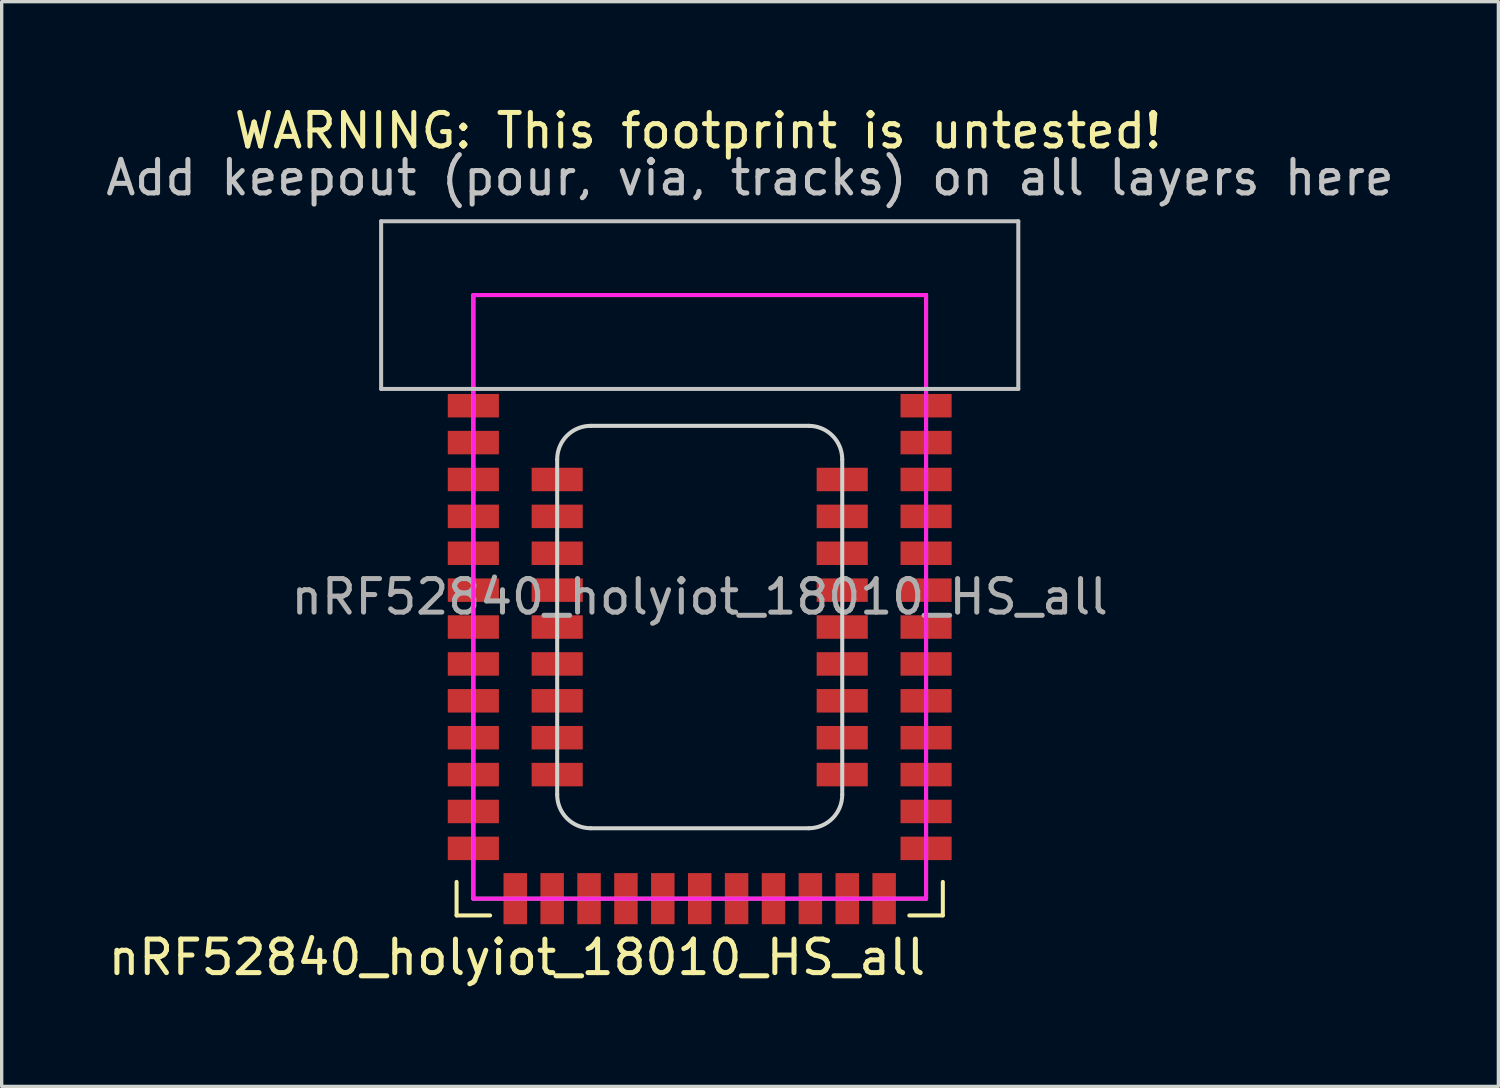
<source format=kicad_pcb>
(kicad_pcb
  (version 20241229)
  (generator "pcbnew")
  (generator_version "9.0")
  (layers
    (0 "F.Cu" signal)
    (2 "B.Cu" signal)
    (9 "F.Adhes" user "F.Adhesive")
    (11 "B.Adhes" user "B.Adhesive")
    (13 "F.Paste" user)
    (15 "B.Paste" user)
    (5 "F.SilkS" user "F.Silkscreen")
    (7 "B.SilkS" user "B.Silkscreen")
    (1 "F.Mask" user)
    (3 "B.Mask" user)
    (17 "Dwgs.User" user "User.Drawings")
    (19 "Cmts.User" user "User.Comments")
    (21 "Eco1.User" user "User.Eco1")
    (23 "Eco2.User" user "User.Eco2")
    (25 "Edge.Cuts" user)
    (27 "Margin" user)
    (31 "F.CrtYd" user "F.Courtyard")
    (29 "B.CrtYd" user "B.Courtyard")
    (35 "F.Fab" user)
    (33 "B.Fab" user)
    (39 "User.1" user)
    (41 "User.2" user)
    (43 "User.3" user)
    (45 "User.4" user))
  (footprint "nRF52840_holyiot_18010_HS_all"
    (layer "F.Cu")
    (at 17.815 14.748)
    (property "Reference" "nRF52840_holyiot_18010_HS_all" (at -5.45 10.75 0) (layer "F.SilkS") (effects (font (size 1 1) (thickness 0.15))))
    (attr smd exclude_from_pos_files exclude_from_bom)
    (fp_line (start -7.25 8.5) (end -7.25 9.5) (stroke (width 0.12) (type solid)) (layer "F.SilkS"))
    (fp_line (start -6.25 9.5) (end -7.25 9.5) (stroke (width 0.12) (type solid)) (layer "F.SilkS"))
    (fp_line (start 6.25 9.5) (end 7.25 9.5) (stroke (width 0.12) (type solid)) (layer "F.SilkS"))
    (fp_line (start 7.25 8.5) (end 7.25 9.5) (stroke (width 0.12) (type solid)) (layer "F.SilkS"))
    (fp_line (start -9.5 -11.2) (end 9.5 -11.2) (stroke (width 0.12) (type solid)) (layer "Dwgs.User"))
    (fp_line (start -9.5 -6.2) (end -9.5 -11.2) (stroke (width 0.12) (type solid)) (layer "Dwgs.User"))
    (fp_line (start 9.5 -11.2) (end 9.5 -6.2) (stroke (width 0.12) (type solid)) (layer "Dwgs.User"))
    (fp_line (start 9.5 -6.2) (end -9.5 -6.2) (stroke (width 0.12) (type solid)) (layer "Dwgs.User"))
    (fp_line (start -4.25 5.9) (end -4.25 -4.1) (stroke (width 0.12) (type solid)) (layer "Edge.Cuts"))
    (fp_line (start -3.25 -5.1) (end 3.25 -5.1) (stroke (width 0.12) (type solid)) (layer "Edge.Cuts"))
    (fp_line (start 3.25 6.9) (end -3.25 6.9) (stroke (width 0.12) (type solid)) (layer "Edge.Cuts"))
    (fp_line (start 4.25 -4.1) (end 4.25 5.9) (stroke (width 0.12) (type solid)) (layer "Edge.Cuts"))
    (fp_arc (start -4.25 -4.1) (mid -3.957107 -4.807107) (end -3.25 -5.1) (stroke (width 0.12) (type solid)) (layer "Edge.Cuts"))
    (fp_arc (start -3.25 6.9) (mid -3.957107 6.607107) (end -4.25 5.9) (stroke (width 0.12) (type solid)) (layer "Edge.Cuts"))
    (fp_arc (start 3.25 -5.1) (mid 3.957107 -4.807107) (end 4.25 -4.1) (stroke (width 0.12) (type solid)) (layer "Edge.Cuts"))
    (fp_arc (start 4.25 5.9) (mid 3.957107 6.607107) (end 3.25 6.9) (stroke (width 0.12) (type solid)) (layer "Edge.Cuts"))
    (fp_line (start -6.75 -9) (end 6.75 -9) (stroke (width 0.12) (type solid)) (layer "F.CrtYd"))
    (fp_line (start -6.75 9) (end -6.75 -9) (stroke (width 0.12) (type solid)) (layer "F.CrtYd"))
    (fp_line (start 6.75 -9) (end 6.75 9) (stroke (width 0.12) (type solid)) (layer "F.CrtYd"))
    (fp_line (start 6.75 9) (end -6.75 9) (stroke (width 0.12) (type solid)) (layer "F.CrtYd"))
    (fp_line (start -6.75 -9) (end 6.75 -9) (stroke (width 0.12) (type solid)) (layer "F.Fab"))
    (fp_line (start -6.75 9) (end -6.75 -9) (stroke (width 0.12) (type solid)) (layer "F.Fab"))
    (fp_line (start 6.75 -9) (end 6.75 9) (stroke (width 0.12) (type solid)) (layer "F.Fab"))
    (fp_line (start 6.75 9) (end -6.75 9) (stroke (width 0.12) (type solid)) (layer "F.Fab"))
    (fp_text user "WARNING: This footprint is untested!" (at -0.05 -13.9 0) (layer "F.SilkS") (effects (font (size 1 1) (thickness 0.15))))
    (fp_text user "Add keepout (pour, via, tracks) on all layers here" (at 1.5 -12.5 0) (layer "Dwgs.User") (effects (font (size 1 1) (thickness 0.15))))
    (fp_text user "${REFERENCE}" (at 0 0 0) (layer "F.Fab") (effects (font (size 1 1) (thickness 0.15))))
    (pad "1" smd rect (at -6.75 -5.7) (size 1.524 0.7) (layers "F.Cu" "F.Mask" "F.Paste"))
    (pad "2" smd rect (at -6.75 -4.6) (size 1.524 0.7) (layers "F.Cu" "F.Mask" "F.Paste"))
    (pad "3" smd rect (at -6.75 -3.5) (size 1.524 0.7) (layers "F.Cu" "F.Mask" "F.Paste"))
    (pad "4" smd rect (at -6.75 -2.4) (size 1.524 0.7) (layers "F.Cu" "F.Mask" "F.Paste"))
    (pad "5" smd rect (at -6.75 -1.3) (size 1.524 0.7) (layers "F.Cu" "F.Mask" "F.Paste"))
    (pad "6" smd rect (at -6.75 -0.2) (size 1.524 0.7) (layers "F.Cu" "F.Mask" "F.Paste"))
    (pad "7" smd rect (at -6.75 0.9) (size 1.524 0.7) (layers "F.Cu" "F.Mask" "F.Paste"))
    (pad "8" smd rect (at -6.75 2) (size 1.524 0.7) (layers "F.Cu" "F.Mask" "F.Paste"))
    (pad "9" smd rect (at -6.75 3.1) (size 1.524 0.7) (layers "F.Cu" "F.Mask" "F.Paste"))
    (pad "10" smd rect (at -6.75 4.2) (size 1.524 0.7) (layers "F.Cu" "F.Mask" "F.Paste"))
    (pad "11" smd rect (at -6.75 5.3) (size 1.524 0.7) (layers "F.Cu" "F.Mask" "F.Paste"))
    (pad "12" smd rect (at -6.75 6.4) (size 1.524 0.7) (layers "F.Cu" "F.Mask" "F.Paste"))
    (pad "13" smd rect (at -6.75 7.5) (size 1.524 0.7) (layers "F.Cu" "F.Mask" "F.Paste"))
    (pad "14" smd rect (at -5.5 9 90) (size 1.524 0.7) (layers "F.Cu" "F.Mask" "F.Paste"))
    (pad "15" smd rect (at -4.4 9 90) (size 1.524 0.7) (layers "F.Cu" "F.Mask" "F.Paste"))
    (pad "16" smd rect (at -3.3 9 90) (size 1.524 0.7) (layers "F.Cu" "F.Mask" "F.Paste"))
    (pad "17" smd rect (at -2.2 9 90) (size 1.524 0.7) (layers "F.Cu" "F.Mask" "F.Paste"))
    (pad "18" smd rect (at -1.1 9 90) (size 1.524 0.7) (layers "F.Cu" "F.Mask" "F.Paste"))
    (pad "19" smd rect (at 0 9 90) (size 1.524 0.7) (layers "F.Cu" "F.Mask" "F.Paste"))
    (pad "20" smd rect (at 1.1 9 90) (size 1.524 0.7) (layers "F.Cu" "F.Mask" "F.Paste"))
    (pad "21" smd rect (at 2.2 9 90) (size 1.524 0.7) (layers "F.Cu" "F.Mask" "F.Paste"))
    (pad "22" smd rect (at 3.3 9 90) (size 1.524 0.7) (layers "F.Cu" "F.Mask" "F.Paste"))
    (pad "23" smd rect (at 4.4 9 90) (size 1.524 0.7) (layers "F.Cu" "F.Mask" "F.Paste"))
    (pad "24" smd rect (at 5.5 9 90) (size 1.524 0.7) (layers "F.Cu" "F.Mask" "F.Paste"))
    (pad "25" smd rect (at 6.75 7.5 180) (size 1.524 0.7) (layers "F.Cu" "F.Mask" "F.Paste"))
    (pad "26" smd rect (at 6.75 6.4 180) (size 1.524 0.7) (layers "F.Cu" "F.Mask" "F.Paste"))
    (pad "27" smd rect (at 6.75 5.3 180) (size 1.524 0.7) (layers "F.Cu" "F.Mask" "F.Paste"))
    (pad "28" smd rect (at 6.75 4.2 180) (size 1.524 0.7) (layers "F.Cu" "F.Mask" "F.Paste"))
    (pad "29" smd rect (at 6.75 3.1 180) (size 1.524 0.7) (layers "F.Cu" "F.Mask" "F.Paste"))
    (pad "30" smd rect (at 6.75 2 180) (size 1.524 0.7) (layers "F.Cu" "F.Mask" "F.Paste"))
    (pad "31" smd rect (at 6.75 0.9 180) (size 1.524 0.7) (layers "F.Cu" "F.Mask" "F.Paste"))
    (pad "32" smd rect (at 6.75 -0.2 180) (size 1.524 0.7) (layers "F.Cu" "F.Mask" "F.Paste"))
    (pad "33" smd rect (at 6.75 -1.3 180) (size 1.524 0.7) (layers "F.Cu" "F.Mask" "F.Paste"))
    (pad "34" smd rect (at 6.75 -2.4 180) (size 1.524 0.7) (layers "F.Cu" "F.Mask" "F.Paste"))
    (pad "35" smd rect (at 6.75 -3.5 180) (size 1.524 0.7) (layers "F.Cu" "F.Mask" "F.Paste"))
    (pad "36" smd rect (at 6.75 -4.6 180) (size 1.524 0.7) (layers "F.Cu" "F.Mask" "F.Paste"))
    (pad "37" smd rect (at 6.75 -5.7 180) (size 1.524 0.7) (layers "F.Cu" "F.Mask" "F.Paste"))
    (pad "38" smd rect (at -4.25 -3.5 180) (size 1.524 0.7) (layers "F.Cu" "F.Mask" "F.Paste"))
    (pad "39" smd rect (at -4.25 -2.4 180) (size 1.524 0.7) (layers "F.Cu" "F.Mask" "F.Paste"))
    (pad "40" smd rect (at -4.25 -1.3 180) (size 1.524 0.7) (layers "F.Cu" "F.Mask" "F.Paste"))
    (pad "41" smd rect (at -4.25 -0.2 180) (size 1.524 0.7) (layers "F.Cu" "F.Mask" "F.Paste"))
    (pad "42" smd rect (at -4.25 0.9 180) (size 1.524 0.7) (layers "F.Cu" "F.Mask" "F.Paste"))
    (pad "43" smd rect (at -4.25 2 180) (size 1.524 0.7) (layers "F.Cu" "F.Mask" "F.Paste"))
    (pad "44" smd rect (at -4.25 3.1 180) (size 1.524 0.7) (layers "F.Cu" "F.Mask" "F.Paste"))
    (pad "45" smd rect (at -4.25 4.2 180) (size 1.524 0.7) (layers "F.Cu" "F.Mask" "F.Paste"))
    (pad "46" smd rect (at -4.25 5.3 180) (size 1.524 0.7) (layers "F.Cu" "F.Mask" "F.Paste"))
    (pad "47" smd rect (at 4.25 -3.5 180) (size 1.524 0.7) (layers "F.Cu" "F.Mask" "F.Paste"))
    (pad "48" smd rect (at 4.25 -2.4 180) (size 1.524 0.7) (layers "F.Cu" "F.Mask" "F.Paste"))
    (pad "49" smd rect (at 4.25 -1.3 180) (size 1.524 0.7) (layers "F.Cu" "F.Mask" "F.Paste"))
    (pad "50" smd rect (at 4.25 -0.2 180) (size 1.524 0.7) (layers "F.Cu" "F.Mask" "F.Paste"))
    (pad "51" smd rect (at 4.25 0.9 180) (size 1.524 0.7) (layers "F.Cu" "F.Mask" "F.Paste"))
    (pad "52" smd rect (at 4.25 2 180) (size 1.524 0.7) (layers "F.Cu" "F.Mask" "F.Paste"))
    (pad "53" smd rect (at 4.25 3.1 180) (size 1.524 0.7) (layers "F.Cu" "F.Mask" "F.Paste"))
    (pad "54" smd rect (at 4.25 4.2 180) (size 1.524 0.7) (layers "F.Cu" "F.Mask" "F.Paste"))
    (pad "55" smd rect (at 4.25 5.3 180) (size 1.524 0.7) (layers "F.Cu" "F.Mask" "F.Paste")))
  (gr_rect
    (start -3 -3)
    (end 41.631 29.346)
    (stroke (width 0.1) (type default))
    (fill no)
    (layer "Edge.Cuts")))
</source>
